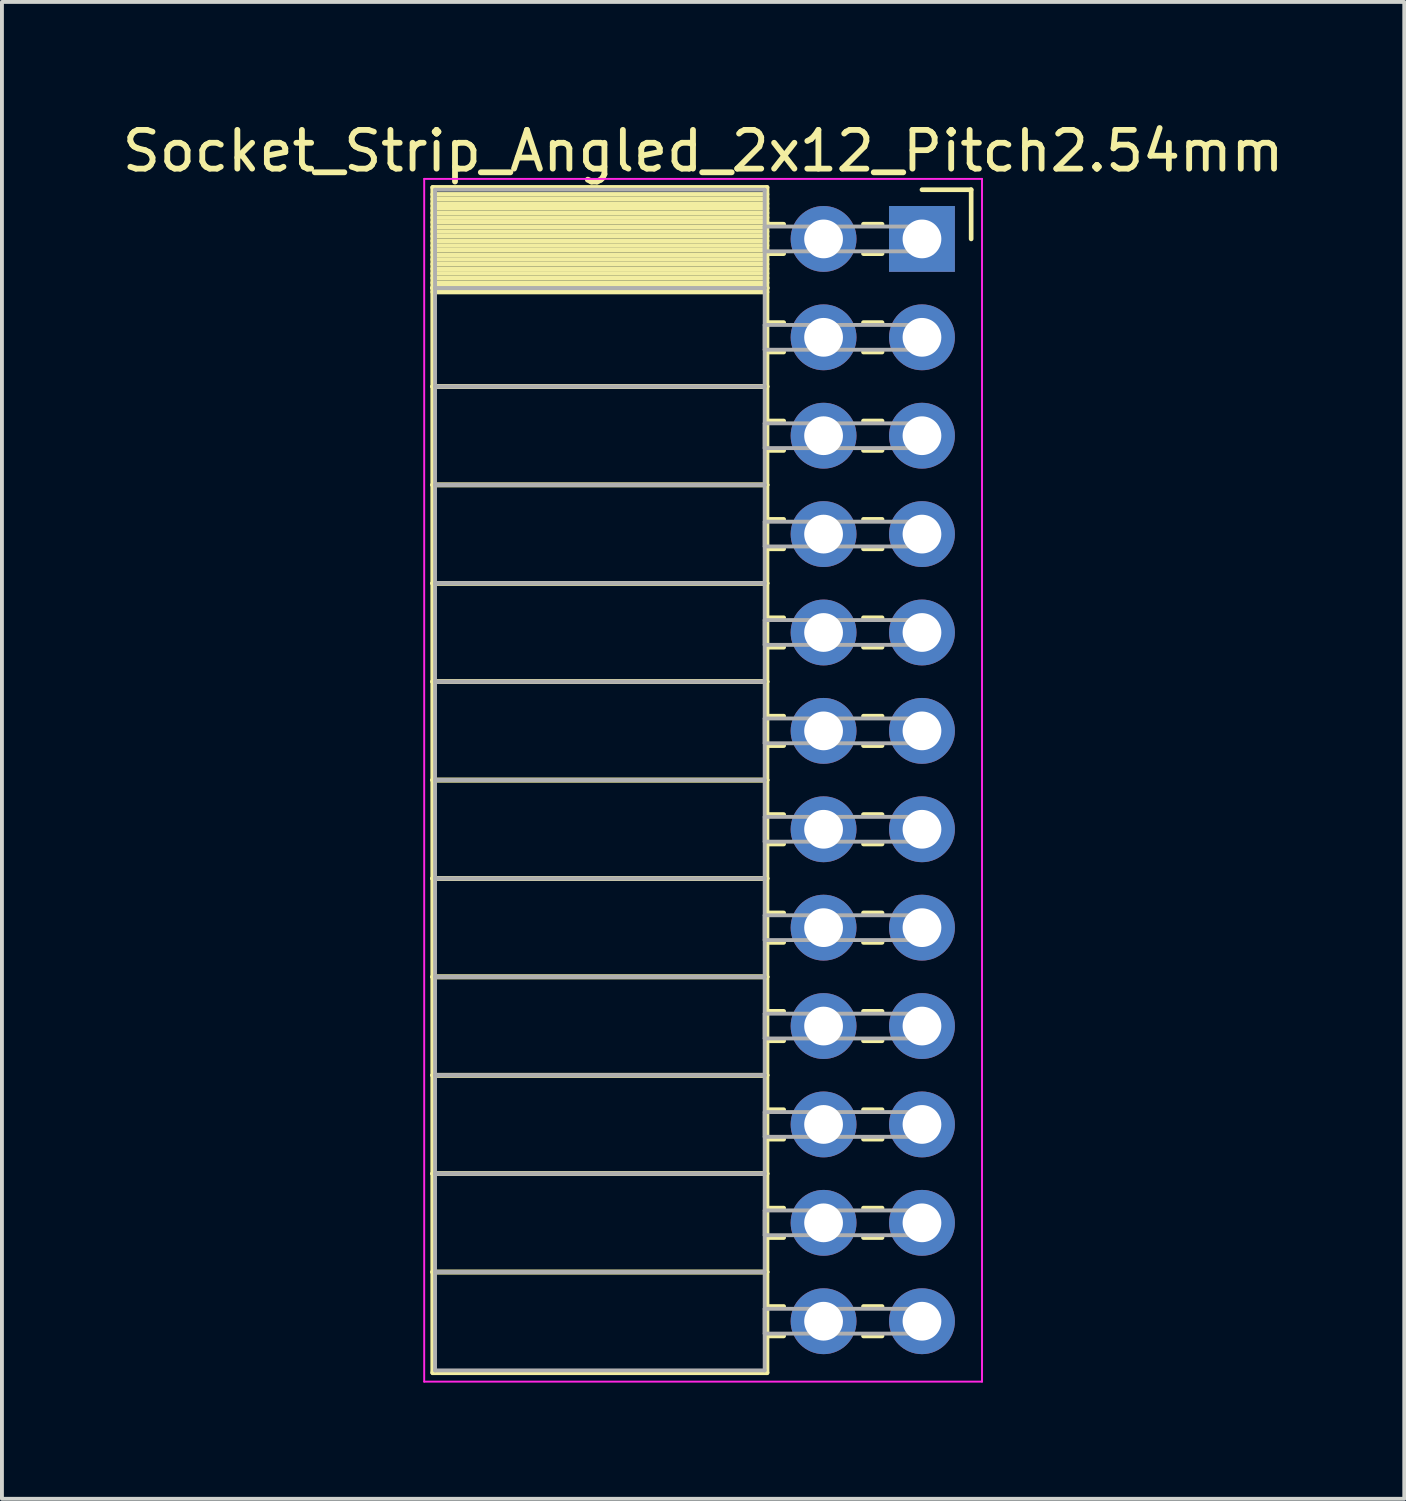
<source format=kicad_pcb>
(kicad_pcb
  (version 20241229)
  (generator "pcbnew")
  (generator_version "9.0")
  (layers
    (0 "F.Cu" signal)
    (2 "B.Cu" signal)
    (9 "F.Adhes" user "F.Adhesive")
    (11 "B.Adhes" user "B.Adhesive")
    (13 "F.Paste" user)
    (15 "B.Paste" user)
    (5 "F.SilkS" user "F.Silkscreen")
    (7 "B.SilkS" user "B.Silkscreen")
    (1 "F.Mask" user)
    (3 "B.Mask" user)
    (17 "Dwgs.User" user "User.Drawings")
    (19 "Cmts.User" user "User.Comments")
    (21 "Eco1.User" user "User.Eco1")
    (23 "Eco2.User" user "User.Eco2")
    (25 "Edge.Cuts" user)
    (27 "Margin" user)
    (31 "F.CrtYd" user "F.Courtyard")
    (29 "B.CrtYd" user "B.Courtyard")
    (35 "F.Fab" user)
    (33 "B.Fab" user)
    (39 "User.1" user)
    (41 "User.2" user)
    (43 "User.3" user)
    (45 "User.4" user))
  (footprint "Socket_Strip_Angled_2x12_Pitch2.54mm"
    (layer "F.Cu")
    (at 20.751 3.118)
    (property "Reference" "Socket_Strip_Angled_2x12_Pitch2.54mm" (at -5.65 -2.27 0) (layer "F.SilkS") (effects (font (size 1 1) (thickness 0.15))))
    (attr through_hole)
    (fp_line (start -12.63 -1.33) (end -4 -1.33) (stroke (width 0.12) (type solid)) (layer "F.SilkS"))
    (fp_line (start -12.63 1.27) (end -12.63 -1.33) (stroke (width 0.12) (type solid)) (layer "F.SilkS"))
    (fp_line (start -12.63 1.27) (end -4 1.27) (stroke (width 0.12) (type solid)) (layer "F.SilkS"))
    (fp_line (start -12.63 3.81) (end -12.63 1.27) (stroke (width 0.12) (type solid)) (layer "F.SilkS"))
    (fp_line (start -12.63 3.81) (end -4 3.81) (stroke (width 0.12) (type solid)) (layer "F.SilkS"))
    (fp_line (start -12.63 6.35) (end -12.63 3.81) (stroke (width 0.12) (type solid)) (layer "F.SilkS"))
    (fp_line (start -12.63 6.35) (end -4 6.35) (stroke (width 0.12) (type solid)) (layer "F.SilkS"))
    (fp_line (start -12.63 8.89) (end -12.63 6.35) (stroke (width 0.12) (type solid)) (layer "F.SilkS"))
    (fp_line (start -12.63 8.89) (end -4 8.89) (stroke (width 0.12) (type solid)) (layer "F.SilkS"))
    (fp_line (start -12.63 11.43) (end -12.63 8.89) (stroke (width 0.12) (type solid)) (layer "F.SilkS"))
    (fp_line (start -12.63 11.43) (end -4 11.43) (stroke (width 0.12) (type solid)) (layer "F.SilkS"))
    (fp_line (start -12.63 13.97) (end -12.63 11.43) (stroke (width 0.12) (type solid)) (layer "F.SilkS"))
    (fp_line (start -12.63 13.97) (end -4 13.97) (stroke (width 0.12) (type solid)) (layer "F.SilkS"))
    (fp_line (start -12.63 16.51) (end -12.63 13.97) (stroke (width 0.12) (type solid)) (layer "F.SilkS"))
    (fp_line (start -12.63 16.51) (end -4 16.51) (stroke (width 0.12) (type solid)) (layer "F.SilkS"))
    (fp_line (start -12.63 19.05) (end -12.63 16.51) (stroke (width 0.12) (type solid)) (layer "F.SilkS"))
    (fp_line (start -12.63 19.05) (end -4 19.05) (stroke (width 0.12) (type solid)) (layer "F.SilkS"))
    (fp_line (start -12.63 21.59) (end -12.63 19.05) (stroke (width 0.12) (type solid)) (layer "F.SilkS"))
    (fp_line (start -12.63 21.59) (end -4 21.59) (stroke (width 0.12) (type solid)) (layer "F.SilkS"))
    (fp_line (start -12.63 24.13) (end -12.63 21.59) (stroke (width 0.12) (type solid)) (layer "F.SilkS"))
    (fp_line (start -12.63 24.13) (end -4 24.13) (stroke (width 0.12) (type solid)) (layer "F.SilkS"))
    (fp_line (start -12.63 26.67) (end -12.63 24.13) (stroke (width 0.12) (type solid)) (layer "F.SilkS"))
    (fp_line (start -12.63 26.67) (end -4 26.67) (stroke (width 0.12) (type solid)) (layer "F.SilkS"))
    (fp_line (start -12.63 29.27) (end -12.63 26.67) (stroke (width 0.12) (type solid)) (layer "F.SilkS"))
    (fp_line (start -4 -1.33) (end -4 1.27) (stroke (width 0.12) (type solid)) (layer "F.SilkS"))
    (fp_line (start -4 -1.15) (end -12.63 -1.15) (stroke (width 0.12) (type solid)) (layer "F.SilkS"))
    (fp_line (start -4 -1.03) (end -12.63 -1.03) (stroke (width 0.12) (type solid)) (layer "F.SilkS"))
    (fp_line (start -4 -0.91) (end -12.63 -0.91) (stroke (width 0.12) (type solid)) (layer "F.SilkS"))
    (fp_line (start -4 -0.79) (end -12.63 -0.79) (stroke (width 0.12) (type solid)) (layer "F.SilkS"))
    (fp_line (start -4 -0.67) (end -12.63 -0.67) (stroke (width 0.12) (type solid)) (layer "F.SilkS"))
    (fp_line (start -4 -0.55) (end -12.63 -0.55) (stroke (width 0.12) (type solid)) (layer "F.SilkS"))
    (fp_line (start -4 -0.43) (end -12.63 -0.43) (stroke (width 0.12) (type solid)) (layer "F.SilkS"))
    (fp_line (start -4 -0.31) (end -12.63 -0.31) (stroke (width 0.12) (type solid)) (layer "F.SilkS"))
    (fp_line (start -4 -0.19) (end -12.63 -0.19) (stroke (width 0.12) (type solid)) (layer "F.SilkS"))
    (fp_line (start -4 -0.07) (end -12.63 -0.07) (stroke (width 0.12) (type solid)) (layer "F.SilkS"))
    (fp_line (start -4 0.05) (end -12.63 0.05) (stroke (width 0.12) (type solid)) (layer "F.SilkS"))
    (fp_line (start -4 0.17) (end -12.63 0.17) (stroke (width 0.12) (type solid)) (layer "F.SilkS"))
    (fp_line (start -4 0.29) (end -12.63 0.29) (stroke (width 0.12) (type solid)) (layer "F.SilkS"))
    (fp_line (start -4 0.41) (end -12.63 0.41) (stroke (width 0.12) (type solid)) (layer "F.SilkS"))
    (fp_line (start -4 0.53) (end -12.63 0.53) (stroke (width 0.12) (type solid)) (layer "F.SilkS"))
    (fp_line (start -4 0.65) (end -12.63 0.65) (stroke (width 0.12) (type solid)) (layer "F.SilkS"))
    (fp_line (start -4 0.77) (end -12.63 0.77) (stroke (width 0.12) (type solid)) (layer "F.SilkS"))
    (fp_line (start -4 0.89) (end -12.63 0.89) (stroke (width 0.12) (type solid)) (layer "F.SilkS"))
    (fp_line (start -4 1.01) (end -12.63 1.01) (stroke (width 0.12) (type solid)) (layer "F.SilkS"))
    (fp_line (start -4 1.13) (end -12.63 1.13) (stroke (width 0.12) (type solid)) (layer "F.SilkS"))
    (fp_line (start -4 1.25) (end -12.63 1.25) (stroke (width 0.12) (type solid)) (layer "F.SilkS"))
    (fp_line (start -4 1.27) (end -12.63 1.27) (stroke (width 0.12) (type solid)) (layer "F.SilkS"))
    (fp_line (start -4 1.27) (end -4 3.81) (stroke (width 0.12) (type solid)) (layer "F.SilkS"))
    (fp_line (start -4 1.37) (end -12.63 1.37) (stroke (width 0.12) (type solid)) (layer "F.SilkS"))
    (fp_line (start -4 3.81) (end -12.63 3.81) (stroke (width 0.12) (type solid)) (layer "F.SilkS"))
    (fp_line (start -4 3.81) (end -4 6.35) (stroke (width 0.12) (type solid)) (layer "F.SilkS"))
    (fp_line (start -4 6.35) (end -12.63 6.35) (stroke (width 0.12) (type solid)) (layer "F.SilkS"))
    (fp_line (start -4 6.35) (end -4 8.89) (stroke (width 0.12) (type solid)) (layer "F.SilkS"))
    (fp_line (start -4 8.89) (end -12.63 8.89) (stroke (width 0.12) (type solid)) (layer "F.SilkS"))
    (fp_line (start -4 8.89) (end -4 11.43) (stroke (width 0.12) (type solid)) (layer "F.SilkS"))
    (fp_line (start -4 11.43) (end -12.63 11.43) (stroke (width 0.12) (type solid)) (layer "F.SilkS"))
    (fp_line (start -4 11.43) (end -4 13.97) (stroke (width 0.12) (type solid)) (layer "F.SilkS"))
    (fp_line (start -4 13.97) (end -12.63 13.97) (stroke (width 0.12) (type solid)) (layer "F.SilkS"))
    (fp_line (start -4 13.97) (end -4 16.51) (stroke (width 0.12) (type solid)) (layer "F.SilkS"))
    (fp_line (start -4 16.51) (end -12.63 16.51) (stroke (width 0.12) (type solid)) (layer "F.SilkS"))
    (fp_line (start -4 16.51) (end -4 19.05) (stroke (width 0.12) (type solid)) (layer "F.SilkS"))
    (fp_line (start -4 19.05) (end -12.63 19.05) (stroke (width 0.12) (type solid)) (layer "F.SilkS"))
    (fp_line (start -4 19.05) (end -4 21.59) (stroke (width 0.12) (type solid)) (layer "F.SilkS"))
    (fp_line (start -4 21.59) (end -12.63 21.59) (stroke (width 0.12) (type solid)) (layer "F.SilkS"))
    (fp_line (start -4 21.59) (end -4 24.13) (stroke (width 0.12) (type solid)) (layer "F.SilkS"))
    (fp_line (start -4 24.13) (end -12.63 24.13) (stroke (width 0.12) (type solid)) (layer "F.SilkS"))
    (fp_line (start -4 24.13) (end -4 26.67) (stroke (width 0.12) (type solid)) (layer "F.SilkS"))
    (fp_line (start -4 26.67) (end -12.63 26.67) (stroke (width 0.12) (type solid)) (layer "F.SilkS"))
    (fp_line (start -4 26.67) (end -4 29.27) (stroke (width 0.12) (type solid)) (layer "F.SilkS"))
    (fp_line (start -4 29.27) (end -12.63 29.27) (stroke (width 0.12) (type solid)) (layer "F.SilkS"))
    (fp_line (start -3.57 -0.38) (end -4 -0.38) (stroke (width 0.12) (type solid)) (layer "F.SilkS"))
    (fp_line (start -3.57 0.38) (end -4 0.38) (stroke (width 0.12) (type solid)) (layer "F.SilkS"))
    (fp_line (start -3.57 2.16) (end -4 2.16) (stroke (width 0.12) (type solid)) (layer "F.SilkS"))
    (fp_line (start -3.57 2.92) (end -4 2.92) (stroke (width 0.12) (type solid)) (layer "F.SilkS"))
    (fp_line (start -3.57 4.7) (end -4 4.7) (stroke (width 0.12) (type solid)) (layer "F.SilkS"))
    (fp_line (start -3.57 5.46) (end -4 5.46) (stroke (width 0.12) (type solid)) (layer "F.SilkS"))
    (fp_line (start -3.57 7.24) (end -4 7.24) (stroke (width 0.12) (type solid)) (layer "F.SilkS"))
    (fp_line (start -3.57 8) (end -4 8) (stroke (width 0.12) (type solid)) (layer "F.SilkS"))
    (fp_line (start -3.57 9.78) (end -4 9.78) (stroke (width 0.12) (type solid)) (layer "F.SilkS"))
    (fp_line (start -3.57 10.54) (end -4 10.54) (stroke (width 0.12) (type solid)) (layer "F.SilkS"))
    (fp_line (start -3.57 12.32) (end -4 12.32) (stroke (width 0.12) (type solid)) (layer "F.SilkS"))
    (fp_line (start -3.57 13.08) (end -4 13.08) (stroke (width 0.12) (type solid)) (layer "F.SilkS"))
    (fp_line (start -3.57 14.86) (end -4 14.86) (stroke (width 0.12) (type solid)) (layer "F.SilkS"))
    (fp_line (start -3.57 15.62) (end -4 15.62) (stroke (width 0.12) (type solid)) (layer "F.SilkS"))
    (fp_line (start -3.57 17.4) (end -4 17.4) (stroke (width 0.12) (type solid)) (layer "F.SilkS"))
    (fp_line (start -3.57 18.16) (end -4 18.16) (stroke (width 0.12) (type solid)) (layer "F.SilkS"))
    (fp_line (start -3.57 19.94) (end -4 19.94) (stroke (width 0.12) (type solid)) (layer "F.SilkS"))
    (fp_line (start -3.57 20.7) (end -4 20.7) (stroke (width 0.12) (type solid)) (layer "F.SilkS"))
    (fp_line (start -3.57 22.48) (end -4 22.48) (stroke (width 0.12) (type solid)) (layer "F.SilkS"))
    (fp_line (start -3.57 23.24) (end -4 23.24) (stroke (width 0.12) (type solid)) (layer "F.SilkS"))
    (fp_line (start -3.57 25.02) (end -4 25.02) (stroke (width 0.12) (type solid)) (layer "F.SilkS"))
    (fp_line (start -3.57 25.78) (end -4 25.78) (stroke (width 0.12) (type solid)) (layer "F.SilkS"))
    (fp_line (start -3.57 27.56) (end -4 27.56) (stroke (width 0.12) (type solid)) (layer "F.SilkS"))
    (fp_line (start -3.57 28.32) (end -4 28.32) (stroke (width 0.12) (type solid)) (layer "F.SilkS"))
    (fp_line (start -1.03 -0.38) (end -1.51 -0.38) (stroke (width 0.12) (type solid)) (layer "F.SilkS"))
    (fp_line (start -1.03 0.38) (end -1.51 0.38) (stroke (width 0.12) (type solid)) (layer "F.SilkS"))
    (fp_line (start -1.03 2.16) (end -1.51 2.16) (stroke (width 0.12) (type solid)) (layer "F.SilkS"))
    (fp_line (start -1.03 2.92) (end -1.51 2.92) (stroke (width 0.12) (type solid)) (layer "F.SilkS"))
    (fp_line (start -1.03 4.7) (end -1.51 4.7) (stroke (width 0.12) (type solid)) (layer "F.SilkS"))
    (fp_line (start -1.03 5.46) (end -1.51 5.46) (stroke (width 0.12) (type solid)) (layer "F.SilkS"))
    (fp_line (start -1.03 7.24) (end -1.51 7.24) (stroke (width 0.12) (type solid)) (layer "F.SilkS"))
    (fp_line (start -1.03 8) (end -1.51 8) (stroke (width 0.12) (type solid)) (layer "F.SilkS"))
    (fp_line (start -1.03 9.78) (end -1.51 9.78) (stroke (width 0.12) (type solid)) (layer "F.SilkS"))
    (fp_line (start -1.03 10.54) (end -1.51 10.54) (stroke (width 0.12) (type solid)) (layer "F.SilkS"))
    (fp_line (start -1.03 12.32) (end -1.51 12.32) (stroke (width 0.12) (type solid)) (layer "F.SilkS"))
    (fp_line (start -1.03 13.08) (end -1.51 13.08) (stroke (width 0.12) (type solid)) (layer "F.SilkS"))
    (fp_line (start -1.03 14.86) (end -1.51 14.86) (stroke (width 0.12) (type solid)) (layer "F.SilkS"))
    (fp_line (start -1.03 15.62) (end -1.51 15.62) (stroke (width 0.12) (type solid)) (layer "F.SilkS"))
    (fp_line (start -1.03 17.4) (end -1.51 17.4) (stroke (width 0.12) (type solid)) (layer "F.SilkS"))
    (fp_line (start -1.03 18.16) (end -1.51 18.16) (stroke (width 0.12) (type solid)) (layer "F.SilkS"))
    (fp_line (start -1.03 19.94) (end -1.51 19.94) (stroke (width 0.12) (type solid)) (layer "F.SilkS"))
    (fp_line (start -1.03 20.7) (end -1.51 20.7) (stroke (width 0.12) (type solid)) (layer "F.SilkS"))
    (fp_line (start -1.03 22.48) (end -1.51 22.48) (stroke (width 0.12) (type solid)) (layer "F.SilkS"))
    (fp_line (start -1.03 23.24) (end -1.51 23.24) (stroke (width 0.12) (type solid)) (layer "F.SilkS"))
    (fp_line (start -1.03 25.02) (end -1.51 25.02) (stroke (width 0.12) (type solid)) (layer "F.SilkS"))
    (fp_line (start -1.03 25.78) (end -1.51 25.78) (stroke (width 0.12) (type solid)) (layer "F.SilkS"))
    (fp_line (start -1.03 27.56) (end -1.51 27.56) (stroke (width 0.12) (type solid)) (layer "F.SilkS"))
    (fp_line (start -1.03 28.32) (end -1.51 28.32) (stroke (width 0.12) (type solid)) (layer "F.SilkS"))
    (fp_line (start 0 -1.27) (end 1.27 -1.27) (stroke (width 0.12) (type solid)) (layer "F.SilkS"))
    (fp_line (start 1.27 -1.27) (end 1.27 0) (stroke (width 0.12) (type solid)) (layer "F.SilkS"))
    (fp_line (start -12.85 -1.55) (end 1.55 -1.55) (stroke (width 0.05) (type solid)) (layer "F.CrtYd"))
    (fp_line (start -12.85 29.5) (end -12.85 -1.55) (stroke (width 0.05) (type solid)) (layer "F.CrtYd"))
    (fp_line (start 1.55 -1.55) (end 1.55 29.5) (stroke (width 0.05) (type solid)) (layer "F.CrtYd"))
    (fp_line (start 1.55 29.5) (end -12.85 29.5) (stroke (width 0.05) (type solid)) (layer "F.CrtYd"))
    (fp_line (start -12.57 -1.27) (end -4.06 -1.27) (stroke (width 0.1) (type solid)) (layer "F.Fab"))
    (fp_line (start -12.57 1.27) (end -12.57 -1.27) (stroke (width 0.1) (type solid)) (layer "F.Fab"))
    (fp_line (start -12.57 1.27) (end -4.06 1.27) (stroke (width 0.1) (type solid)) (layer "F.Fab"))
    (fp_line (start -12.57 3.81) (end -12.57 1.27) (stroke (width 0.1) (type solid)) (layer "F.Fab"))
    (fp_line (start -12.57 3.81) (end -4.06 3.81) (stroke (width 0.1) (type solid)) (layer "F.Fab"))
    (fp_line (start -12.57 6.35) (end -12.57 3.81) (stroke (width 0.1) (type solid)) (layer "F.Fab"))
    (fp_line (start -12.57 6.35) (end -4.06 6.35) (stroke (width 0.1) (type solid)) (layer "F.Fab"))
    (fp_line (start -12.57 8.89) (end -12.57 6.35) (stroke (width 0.1) (type solid)) (layer "F.Fab"))
    (fp_line (start -12.57 8.89) (end -4.06 8.89) (stroke (width 0.1) (type solid)) (layer "F.Fab"))
    (fp_line (start -12.57 11.43) (end -12.57 8.89) (stroke (width 0.1) (type solid)) (layer "F.Fab"))
    (fp_line (start -12.57 11.43) (end -4.06 11.43) (stroke (width 0.1) (type solid)) (layer "F.Fab"))
    (fp_line (start -12.57 13.97) (end -12.57 11.43) (stroke (width 0.1) (type solid)) (layer "F.Fab"))
    (fp_line (start -12.57 13.97) (end -4.06 13.97) (stroke (width 0.1) (type solid)) (layer "F.Fab"))
    (fp_line (start -12.57 16.51) (end -12.57 13.97) (stroke (width 0.1) (type solid)) (layer "F.Fab"))
    (fp_line (start -12.57 16.51) (end -4.06 16.51) (stroke (width 0.1) (type solid)) (layer "F.Fab"))
    (fp_line (start -12.57 19.05) (end -12.57 16.51) (stroke (width 0.1) (type solid)) (layer "F.Fab"))
    (fp_line (start -12.57 19.05) (end -4.06 19.05) (stroke (width 0.1) (type solid)) (layer "F.Fab"))
    (fp_line (start -12.57 21.59) (end -12.57 19.05) (stroke (width 0.1) (type solid)) (layer "F.Fab"))
    (fp_line (start -12.57 21.59) (end -4.06 21.59) (stroke (width 0.1) (type solid)) (layer "F.Fab"))
    (fp_line (start -12.57 24.13) (end -12.57 21.59) (stroke (width 0.1) (type solid)) (layer "F.Fab"))
    (fp_line (start -12.57 24.13) (end -4.06 24.13) (stroke (width 0.1) (type solid)) (layer "F.Fab"))
    (fp_line (start -12.57 26.67) (end -12.57 24.13) (stroke (width 0.1) (type solid)) (layer "F.Fab"))
    (fp_line (start -12.57 26.67) (end -4.06 26.67) (stroke (width 0.1) (type solid)) (layer "F.Fab"))
    (fp_line (start -12.57 29.21) (end -12.57 26.67) (stroke (width 0.1) (type solid)) (layer "F.Fab"))
    (fp_line (start -4.06 -1.27) (end -4.06 1.27) (stroke (width 0.1) (type solid)) (layer "F.Fab"))
    (fp_line (start -4.06 -0.32) (end 0 -0.32) (stroke (width 0.1) (type solid)) (layer "F.Fab"))
    (fp_line (start -4.06 0.32) (end -4.06 -0.32) (stroke (width 0.1) (type solid)) (layer "F.Fab"))
    (fp_line (start -4.06 1.27) (end -12.57 1.27) (stroke (width 0.1) (type solid)) (layer "F.Fab"))
    (fp_line (start -4.06 1.27) (end -4.06 3.81) (stroke (width 0.1) (type solid)) (layer "F.Fab"))
    (fp_line (start -4.06 2.22) (end 0 2.22) (stroke (width 0.1) (type solid)) (layer "F.Fab"))
    (fp_line (start -4.06 2.86) (end -4.06 2.22) (stroke (width 0.1) (type solid)) (layer "F.Fab"))
    (fp_line (start -4.06 3.81) (end -12.57 3.81) (stroke (width 0.1) (type solid)) (layer "F.Fab"))
    (fp_line (start -4.06 3.81) (end -4.06 6.35) (stroke (width 0.1) (type solid)) (layer "F.Fab"))
    (fp_line (start -4.06 4.76) (end 0 4.76) (stroke (width 0.1) (type solid)) (layer "F.Fab"))
    (fp_line (start -4.06 5.4) (end -4.06 4.76) (stroke (width 0.1) (type solid)) (layer "F.Fab"))
    (fp_line (start -4.06 6.35) (end -12.57 6.35) (stroke (width 0.1) (type solid)) (layer "F.Fab"))
    (fp_line (start -4.06 6.35) (end -4.06 8.89) (stroke (width 0.1) (type solid)) (layer "F.Fab"))
    (fp_line (start -4.06 7.3) (end 0 7.3) (stroke (width 0.1) (type solid)) (layer "F.Fab"))
    (fp_line (start -4.06 7.94) (end -4.06 7.3) (stroke (width 0.1) (type solid)) (layer "F.Fab"))
    (fp_line (start -4.06 8.89) (end -12.57 8.89) (stroke (width 0.1) (type solid)) (layer "F.Fab"))
    (fp_line (start -4.06 8.89) (end -4.06 11.43) (stroke (width 0.1) (type solid)) (layer "F.Fab"))
    (fp_line (start -4.06 9.84) (end 0 9.84) (stroke (width 0.1) (type solid)) (layer "F.Fab"))
    (fp_line (start -4.06 10.48) (end -4.06 9.84) (stroke (width 0.1) (type solid)) (layer "F.Fab"))
    (fp_line (start -4.06 11.43) (end -12.57 11.43) (stroke (width 0.1) (type solid)) (layer "F.Fab"))
    (fp_line (start -4.06 11.43) (end -4.06 13.97) (stroke (width 0.1) (type solid)) (layer "F.Fab"))
    (fp_line (start -4.06 12.38) (end 0 12.38) (stroke (width 0.1) (type solid)) (layer "F.Fab"))
    (fp_line (start -4.06 13.02) (end -4.06 12.38) (stroke (width 0.1) (type solid)) (layer "F.Fab"))
    (fp_line (start -4.06 13.97) (end -12.57 13.97) (stroke (width 0.1) (type solid)) (layer "F.Fab"))
    (fp_line (start -4.06 13.97) (end -4.06 16.51) (stroke (width 0.1) (type solid)) (layer "F.Fab"))
    (fp_line (start -4.06 14.92) (end 0 14.92) (stroke (width 0.1) (type solid)) (layer "F.Fab"))
    (fp_line (start -4.06 15.56) (end -4.06 14.92) (stroke (width 0.1) (type solid)) (layer "F.Fab"))
    (fp_line (start -4.06 16.51) (end -12.57 16.51) (stroke (width 0.1) (type solid)) (layer "F.Fab"))
    (fp_line (start -4.06 16.51) (end -4.06 19.05) (stroke (width 0.1) (type solid)) (layer "F.Fab"))
    (fp_line (start -4.06 17.46) (end 0 17.46) (stroke (width 0.1) (type solid)) (layer "F.Fab"))
    (fp_line (start -4.06 18.1) (end -4.06 17.46) (stroke (width 0.1) (type solid)) (layer "F.Fab"))
    (fp_line (start -4.06 19.05) (end -12.57 19.05) (stroke (width 0.1) (type solid)) (layer "F.Fab"))
    (fp_line (start -4.06 19.05) (end -4.06 21.59) (stroke (width 0.1) (type solid)) (layer "F.Fab"))
    (fp_line (start -4.06 20) (end 0 20) (stroke (width 0.1) (type solid)) (layer "F.Fab"))
    (fp_line (start -4.06 20.64) (end -4.06 20) (stroke (width 0.1) (type solid)) (layer "F.Fab"))
    (fp_line (start -4.06 21.59) (end -12.57 21.59) (stroke (width 0.1) (type solid)) (layer "F.Fab"))
    (fp_line (start -4.06 21.59) (end -4.06 24.13) (stroke (width 0.1) (type solid)) (layer "F.Fab"))
    (fp_line (start -4.06 22.54) (end 0 22.54) (stroke (width 0.1) (type solid)) (layer "F.Fab"))
    (fp_line (start -4.06 23.18) (end -4.06 22.54) (stroke (width 0.1) (type solid)) (layer "F.Fab"))
    (fp_line (start -4.06 24.13) (end -12.57 24.13) (stroke (width 0.1) (type solid)) (layer "F.Fab"))
    (fp_line (start -4.06 24.13) (end -4.06 26.67) (stroke (width 0.1) (type solid)) (layer "F.Fab"))
    (fp_line (start -4.06 25.08) (end 0 25.08) (stroke (width 0.1) (type solid)) (layer "F.Fab"))
    (fp_line (start -4.06 25.72) (end -4.06 25.08) (stroke (width 0.1) (type solid)) (layer "F.Fab"))
    (fp_line (start -4.06 26.67) (end -12.57 26.67) (stroke (width 0.1) (type solid)) (layer "F.Fab"))
    (fp_line (start -4.06 26.67) (end -4.06 29.21) (stroke (width 0.1) (type solid)) (layer "F.Fab"))
    (fp_line (start -4.06 27.62) (end 0 27.62) (stroke (width 0.1) (type solid)) (layer "F.Fab"))
    (fp_line (start -4.06 28.26) (end -4.06 27.62) (stroke (width 0.1) (type solid)) (layer "F.Fab"))
    (fp_line (start -4.06 29.21) (end -12.57 29.21) (stroke (width 0.1) (type solid)) (layer "F.Fab"))
    (fp_line (start 0 -0.32) (end 0 0.32) (stroke (width 0.1) (type solid)) (layer "F.Fab"))
    (fp_line (start 0 0.32) (end -4.06 0.32) (stroke (width 0.1) (type solid)) (layer "F.Fab"))
    (fp_line (start 0 2.22) (end 0 2.86) (stroke (width 0.1) (type solid)) (layer "F.Fab"))
    (fp_line (start 0 2.86) (end -4.06 2.86) (stroke (width 0.1) (type solid)) (layer "F.Fab"))
    (fp_line (start 0 4.76) (end 0 5.4) (stroke (width 0.1) (type solid)) (layer "F.Fab"))
    (fp_line (start 0 5.4) (end -4.06 5.4) (stroke (width 0.1) (type solid)) (layer "F.Fab"))
    (fp_line (start 0 7.3) (end 0 7.94) (stroke (width 0.1) (type solid)) (layer "F.Fab"))
    (fp_line (start 0 7.94) (end -4.06 7.94) (stroke (width 0.1) (type solid)) (layer "F.Fab"))
    (fp_line (start 0 9.84) (end 0 10.48) (stroke (width 0.1) (type solid)) (layer "F.Fab"))
    (fp_line (start 0 10.48) (end -4.06 10.48) (stroke (width 0.1) (type solid)) (layer "F.Fab"))
    (fp_line (start 0 12.38) (end 0 13.02) (stroke (width 0.1) (type solid)) (layer "F.Fab"))
    (fp_line (start 0 13.02) (end -4.06 13.02) (stroke (width 0.1) (type solid)) (layer "F.Fab"))
    (fp_line (start 0 14.92) (end 0 15.56) (stroke (width 0.1) (type solid)) (layer "F.Fab"))
    (fp_line (start 0 15.56) (end -4.06 15.56) (stroke (width 0.1) (type solid)) (layer "F.Fab"))
    (fp_line (start 0 17.46) (end 0 18.1) (stroke (width 0.1) (type solid)) (layer "F.Fab"))
    (fp_line (start 0 18.1) (end -4.06 18.1) (stroke (width 0.1) (type solid)) (layer "F.Fab"))
    (fp_line (start 0 20) (end 0 20.64) (stroke (width 0.1) (type solid)) (layer "F.Fab"))
    (fp_line (start 0 20.64) (end -4.06 20.64) (stroke (width 0.1) (type solid)) (layer "F.Fab"))
    (fp_line (start 0 22.54) (end 0 23.18) (stroke (width 0.1) (type solid)) (layer "F.Fab"))
    (fp_line (start 0 23.18) (end -4.06 23.18) (stroke (width 0.1) (type solid)) (layer "F.Fab"))
    (fp_line (start 0 25.08) (end 0 25.72) (stroke (width 0.1) (type solid)) (layer "F.Fab"))
    (fp_line (start 0 25.72) (end -4.06 25.72) (stroke (width 0.1) (type solid)) (layer "F.Fab"))
    (fp_line (start 0 27.62) (end 0 28.26) (stroke (width 0.1) (type solid)) (layer "F.Fab"))
    (fp_line (start 0 28.26) (end -4.06 28.26) (stroke (width 0.1) (type solid)) (layer "F.Fab"))
    (pad "1" thru_hole rect (at 0 0) (size 1.7 1.7) (drill 1) (layers "*.Cu" "*.Mask"))
    (pad "2" thru_hole oval (at -2.54 0) (size 1.7 1.7) (drill 1) (layers "*.Cu" "*.Mask"))
    (pad "3" thru_hole oval (at 0 2.54) (size 1.7 1.7) (drill 1) (layers "*.Cu" "*.Mask"))
    (pad "4" thru_hole oval (at -2.54 2.54) (size 1.7 1.7) (drill 1) (layers "*.Cu" "*.Mask"))
    (pad "5" thru_hole oval (at 0 5.08) (size 1.7 1.7) (drill 1) (layers "*.Cu" "*.Mask"))
    (pad "6" thru_hole oval (at -2.54 5.08) (size 1.7 1.7) (drill 1) (layers "*.Cu" "*.Mask"))
    (pad "7" thru_hole oval (at 0 7.62) (size 1.7 1.7) (drill 1) (layers "*.Cu" "*.Mask"))
    (pad "8" thru_hole oval (at -2.54 7.62) (size 1.7 1.7) (drill 1) (layers "*.Cu" "*.Mask"))
    (pad "9" thru_hole oval (at 0 10.16) (size 1.7 1.7) (drill 1) (layers "*.Cu" "*.Mask"))
    (pad "10" thru_hole oval (at -2.54 10.16) (size 1.7 1.7) (drill 1) (layers "*.Cu" "*.Mask"))
    (pad "11" thru_hole oval (at 0 12.7) (size 1.7 1.7) (drill 1) (layers "*.Cu" "*.Mask"))
    (pad "12" thru_hole oval (at -2.54 12.7) (size 1.7 1.7) (drill 1) (layers "*.Cu" "*.Mask"))
    (pad "13" thru_hole oval (at 0 15.24) (size 1.7 1.7) (drill 1) (layers "*.Cu" "*.Mask"))
    (pad "14" thru_hole oval (at -2.54 15.24) (size 1.7 1.7) (drill 1) (layers "*.Cu" "*.Mask"))
    (pad "15" thru_hole oval (at 0 17.78) (size 1.7 1.7) (drill 1) (layers "*.Cu" "*.Mask"))
    (pad "16" thru_hole oval (at -2.54 17.78) (size 1.7 1.7) (drill 1) (layers "*.Cu" "*.Mask"))
    (pad "17" thru_hole oval (at 0 20.32) (size 1.7 1.7) (drill 1) (layers "*.Cu" "*.Mask"))
    (pad "18" thru_hole oval (at -2.54 20.32) (size 1.7 1.7) (drill 1) (layers "*.Cu" "*.Mask"))
    (pad "19" thru_hole oval (at 0 22.86) (size 1.7 1.7) (drill 1) (layers "*.Cu" "*.Mask"))
    (pad "20" thru_hole oval (at -2.54 22.86) (size 1.7 1.7) (drill 1) (layers "*.Cu" "*.Mask"))
    (pad "21" thru_hole oval (at 0 25.4) (size 1.7 1.7) (drill 1) (layers "*.Cu" "*.Mask"))
    (pad "22" thru_hole oval (at -2.54 25.4) (size 1.7 1.7) (drill 1) (layers "*.Cu" "*.Mask"))
    (pad "23" thru_hole oval (at 0 27.94) (size 1.7 1.7) (drill 1) (layers "*.Cu" "*.Mask"))
    (pad "24" thru_hole oval (at -2.54 27.94) (size 1.7 1.7) (drill 1) (layers "*.Cu" "*.Mask")))
  (gr_rect
    (start -3 -3)
    (end 33.202 35.643)
    (stroke (width 0.1) (type default))
    (fill no)
    (layer "Edge.Cuts")))
</source>
